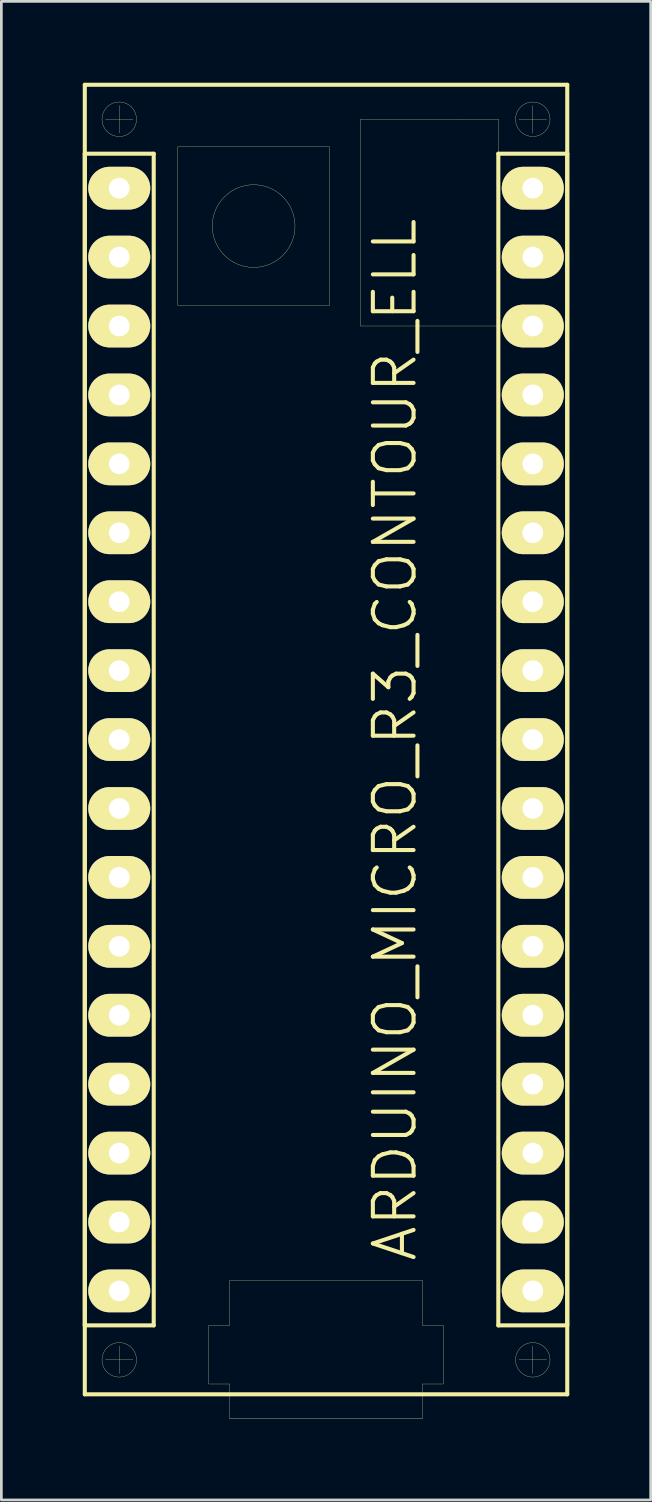
<source format=kicad_pcb>
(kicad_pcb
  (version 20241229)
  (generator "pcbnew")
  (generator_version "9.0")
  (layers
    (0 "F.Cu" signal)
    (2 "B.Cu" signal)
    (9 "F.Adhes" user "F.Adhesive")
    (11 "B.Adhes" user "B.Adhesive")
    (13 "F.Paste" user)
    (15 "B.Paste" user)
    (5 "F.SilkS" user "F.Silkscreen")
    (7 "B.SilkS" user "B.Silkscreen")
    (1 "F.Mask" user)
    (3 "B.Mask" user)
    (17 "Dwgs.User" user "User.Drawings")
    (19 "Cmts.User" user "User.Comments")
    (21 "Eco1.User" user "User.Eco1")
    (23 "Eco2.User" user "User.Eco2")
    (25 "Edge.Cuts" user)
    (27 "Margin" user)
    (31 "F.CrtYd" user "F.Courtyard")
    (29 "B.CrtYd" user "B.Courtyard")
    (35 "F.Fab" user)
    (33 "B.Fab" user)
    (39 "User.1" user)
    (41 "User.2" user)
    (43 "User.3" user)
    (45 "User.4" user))
  (footprint "ARDUINO_MICRO_R3_CONTOUR_ELL"
    (layer "F.Cu")
    (at 8.965 24.205)
    (property "Reference" "ARDUINO_MICRO_R3_CONTOUR_ELL" (at 2.54 0 90) (layer "F.SilkS") (effects (font (size 1.5 1.5) (thickness 0.15))))
    (attr through_hole)
    (fp_line (start -8.89 -24.13) (end 8.89 -24.13) (stroke (width 0.15) (type solid)) (layer "F.SilkS"))
    (fp_line (start -8.89 -21.59) (end -6.35 -21.59) (stroke (width 0.15) (type solid)) (layer "F.SilkS"))
    (fp_line (start -8.89 21.59) (end -8.89 -21.59) (stroke (width 0.15) (type solid)) (layer "F.SilkS"))
    (fp_line (start -8.89 24.13) (end -8.89 -24.13) (stroke (width 0.15) (type solid)) (layer "F.SilkS"))
    (fp_line (start -8.128 -22.86) (end -7.112 -22.86) (stroke (width 0.01) (type solid)) (layer "F.SilkS"))
    (fp_line (start -8.128 22.86) (end -7.112 22.86) (stroke (width 0.01) (type solid)) (layer "F.SilkS"))
    (fp_line (start -7.62 -23.368) (end -7.62 -22.352) (stroke (width 0.01) (type solid)) (layer "F.SilkS"))
    (fp_line (start -7.62 22.352) (end -7.62 23.368) (stroke (width 0.01) (type solid)) (layer "F.SilkS"))
    (fp_line (start -6.35 -21.59) (end -6.35 21.59) (stroke (width 0.15) (type solid)) (layer "F.SilkS"))
    (fp_line (start -6.35 21.59) (end -8.89 21.59) (stroke (width 0.15) (type solid)) (layer "F.SilkS"))
    (fp_line (start -5.461 -21.844) (end 0.127 -21.844) (stroke (width 0.01) (type solid)) (layer "F.SilkS"))
    (fp_line (start -5.461 -16.002) (end -5.461 -21.844) (stroke (width 0.01) (type solid)) (layer "F.SilkS"))
    (fp_line (start -4.318 21.59) (end -4.318 23.749) (stroke (width 0.01) (type solid)) (layer "F.SilkS"))
    (fp_line (start -4.318 23.749) (end -3.556 23.749) (stroke (width 0.01) (type solid)) (layer "F.SilkS"))
    (fp_line (start -3.556 19.939) (end -3.556 21.59) (stroke (width 0.01) (type solid)) (layer "F.SilkS"))
    (fp_line (start -3.556 21.59) (end -4.318 21.59) (stroke (width 0.01) (type solid)) (layer "F.SilkS"))
    (fp_line (start -3.556 23.749) (end -3.556 25.019) (stroke (width 0.01) (type solid)) (layer "F.SilkS"))
    (fp_line (start -3.556 25.019) (end 3.556 25.019) (stroke (width 0.01) (type solid)) (layer "F.SilkS"))
    (fp_line (start 0.127 -21.844) (end 0.127 -16.002) (stroke (width 0.01) (type solid)) (layer "F.SilkS"))
    (fp_line (start 0.127 -16.002) (end -5.461 -16.002) (stroke (width 0.01) (type solid)) (layer "F.SilkS"))
    (fp_line (start 1.27 -22.86) (end 5.08 -22.86) (stroke (width 0.01) (type solid)) (layer "F.SilkS"))
    (fp_line (start 1.27 -15.24) (end 1.27 -22.86) (stroke (width 0.01) (type solid)) (layer "F.SilkS"))
    (fp_line (start 3.556 19.939) (end -3.556 19.939) (stroke (width 0.01) (type solid)) (layer "F.SilkS"))
    (fp_line (start 3.556 21.59) (end 3.556 19.939) (stroke (width 0.01) (type solid)) (layer "F.SilkS"))
    (fp_line (start 3.556 23.749) (end 4.318 23.749) (stroke (width 0.01) (type solid)) (layer "F.SilkS"))
    (fp_line (start 3.556 25.019) (end 3.556 23.749) (stroke (width 0.01) (type solid)) (layer "F.SilkS"))
    (fp_line (start 4.318 21.59) (end 3.556 21.59) (stroke (width 0.01) (type solid)) (layer "F.SilkS"))
    (fp_line (start 4.318 23.749) (end 4.318 21.59) (stroke (width 0.01) (type solid)) (layer "F.SilkS"))
    (fp_line (start 5.08 -22.86) (end 6.35 -22.86) (stroke (width 0.01) (type solid)) (layer "F.SilkS"))
    (fp_line (start 6.35 -22.86) (end 6.35 -15.24) (stroke (width 0.01) (type solid)) (layer "F.SilkS"))
    (fp_line (start 6.35 -21.59) (end 8.89 -21.59) (stroke (width 0.15) (type solid)) (layer "F.SilkS"))
    (fp_line (start 6.35 -15.24) (end 1.27 -15.24) (stroke (width 0.01) (type solid)) (layer "F.SilkS"))
    (fp_line (start 6.35 21.59) (end 6.35 -21.59) (stroke (width 0.15) (type solid)) (layer "F.SilkS"))
    (fp_line (start 7.112 -22.86) (end 8.128 -22.86) (stroke (width 0.01) (type solid)) (layer "F.SilkS"))
    (fp_line (start 7.112 22.86) (end 8.128 22.86) (stroke (width 0.01) (type solid)) (layer "F.SilkS"))
    (fp_line (start 7.62 -23.368) (end 7.62 -22.352) (stroke (width 0.01) (type solid)) (layer "F.SilkS"))
    (fp_line (start 7.62 22.352) (end 7.62 23.368) (stroke (width 0.01) (type solid)) (layer "F.SilkS"))
    (fp_line (start 8.89 -24.13) (end 8.89 24.13) (stroke (width 0.15) (type solid)) (layer "F.SilkS"))
    (fp_line (start 8.89 -21.59) (end 8.89 21.59) (stroke (width 0.15) (type solid)) (layer "F.SilkS"))
    (fp_line (start 8.89 21.59) (end 6.35 21.59) (stroke (width 0.15) (type solid)) (layer "F.SilkS"))
    (fp_line (start 8.89 24.13) (end -8.89 24.13) (stroke (width 0.15) (type solid)) (layer "F.SilkS"))
    (fp_circle (center -7.62 -22.86) (end -8.255 -22.86) (stroke (width 0.01) (type solid)) (fill no) (layer "F.SilkS"))
    (fp_circle (center -7.62 22.86) (end -8.255 22.86) (stroke (width 0.01) (type solid)) (fill no) (layer "F.SilkS"))
    (fp_circle (center -2.667 -18.923) (end -4.191 -18.923) (stroke (width 0.01) (type solid)) (fill no) (layer "F.SilkS"))
    (fp_circle (center 7.62 -22.86) (end 6.985 -22.86) (stroke (width 0.01) (type solid)) (fill no) (layer "F.SilkS"))
    (fp_circle (center 7.62 22.86) (end 6.985 22.86) (stroke (width 0.01) (type solid)) (fill no) (layer "F.SilkS"))
    (pad "0" thru_hole oval (at -7.62 -12.7) (size 2.286 1.575) (drill 0.762) (layers "*.Cu" "*.Mask" "F.SilkS"))
    (pad "1" thru_hole oval (at -7.62 -15.24) (size 2.286 1.575) (drill 0.762) (layers "*.Cu" "*.Mask" "F.SilkS"))
    (pad "2" thru_hole oval (at -7.62 -5.08) (size 2.286 1.575) (drill 0.762) (layers "*.Cu" "*.Mask" "F.SilkS"))
    (pad "3" thru_hole oval (at -7.62 -2.54) (size 2.286 1.575) (drill 0.762) (layers "*.Cu" "*.Mask" "F.SilkS"))
    (pad "3V3" thru_hole oval (at 7.62 17.78) (size 2.286 1.575) (drill 0.762) (layers "*.Cu" "*.Mask" "F.SilkS"))
    (pad "4" thru_hole oval (at -7.62 0) (size 2.286 1.575) (drill 0.762) (layers "*.Cu" "*.Mask" "F.SilkS"))
    (pad "5" thru_hole oval (at -7.62 2.54) (size 2.286 1.575) (drill 0.762) (layers "*.Cu" "*.Mask" "F.SilkS"))
    (pad "5V" thru_hole oval (at 7.62 -7.62) (size 2.286 1.575) (drill 0.762) (layers "*.Cu" "*.Mask" "F.SilkS"))
    (pad "6" thru_hole oval (at -7.62 5.08) (size 2.286 1.575) (drill 0.762) (layers "*.Cu" "*.Mask" "F.SilkS"))
    (pad "7" thru_hole oval (at -7.62 7.62) (size 2.286 1.575) (drill 0.762) (layers "*.Cu" "*.Mask" "F.SilkS"))
    (pad "8" thru_hole oval (at -7.62 10.16) (size 2.286 1.575) (drill 0.762) (layers "*.Cu" "*.Mask" "F.SilkS"))
    (pad "9" thru_hole oval (at -7.62 12.7) (size 2.286 1.575) (drill 0.762) (layers "*.Cu" "*.Mask" "F.SilkS"))
    (pad "10" thru_hole oval (at -7.62 15.24) (size 2.286 1.575) (drill 0.762) (layers "*.Cu" "*.Mask" "F.SilkS"))
    (pad "11" thru_hole oval (at -7.62 17.78) (size 2.286 1.575) (drill 0.762) (layers "*.Cu" "*.Mask" "F.SilkS"))
    (pad "12" thru_hole oval (at -7.62 20.32) (size 2.286 1.575) (drill 0.762) (layers "*.Cu" "*.Mask" "F.SilkS"))
    (pad "13" thru_hole oval (at 7.62 20.32) (size 2.286 1.575) (drill 0.762) (layers "*.Cu" "*.Mask" "F.SilkS"))
    (pad "A0" thru_hole oval (at 7.62 12.7) (size 2.286 1.575) (drill 0.762) (layers "*.Cu" "*.Mask" "F.SilkS"))
    (pad "A1" thru_hole oval (at 7.62 10.16) (size 2.286 1.575) (drill 0.762) (layers "*.Cu" "*.Mask" "F.SilkS"))
    (pad "A2" thru_hole oval (at 7.62 7.62) (size 2.286 1.575) (drill 0.762) (layers "*.Cu" "*.Mask" "F.SilkS"))
    (pad "A3" thru_hole oval (at 7.62 5.08) (size 2.286 1.575) (drill 0.762) (layers "*.Cu" "*.Mask" "F.SilkS"))
    (pad "A4" thru_hole oval (at 7.62 2.54) (size 2.286 1.575) (drill 0.762) (layers "*.Cu" "*.Mask" "F.SilkS"))
    (pad "A5" thru_hole oval (at 7.62 0) (size 2.286 1.575) (drill 0.762) (layers "*.Cu" "*.Mask" "F.SilkS"))
    (pad "AREF" thru_hole oval (at 7.62 15.24) (size 2.286 1.575) (drill 0.762) (layers "*.Cu" "*.Mask" "F.SilkS"))
    (pad "GND1" thru_hole oval (at -7.62 -7.62) (size 2.286 1.575) (drill 0.762) (layers "*.Cu" "*.Mask" "F.SilkS"))
    (pad "GND2" thru_hole oval (at 7.62 -12.7) (size 2.286 1.575) (drill 0.762) (layers "*.Cu" "*.Mask" "F.SilkS"))
    (pad "MISO" thru_hole oval (at 7.62 -17.78) (size 2.286 1.575) (drill 0.762) (layers "*.Cu" "*.Mask" "F.SilkS"))
    (pad "MOSI" thru_hole oval (at -7.62 -20.32) (size 2.286 1.575) (drill 0.762) (layers "*.Cu" "*.Mask" "F.SilkS"))
    (pad "NC" thru_hole oval (at 7.62 -5.08) (size 2.286 1.575) (drill 0.762) (layers "*.Cu" "*.Mask" "F.SilkS"))
    (pad "NC" thru_hole oval (at 7.62 -2.54) (size 2.286 1.575) (drill 0.762) (layers "*.Cu" "*.Mask" "F.SilkS"))
    (pad "RST1" thru_hole oval (at -7.62 -10.16) (size 2.286 1.575) (drill 0.762) (layers "*.Cu" "*.Mask" "F.SilkS"))
    (pad "RST2" thru_hole oval (at 7.62 -10.16) (size 2.286 1.575) (drill 0.762) (layers "*.Cu" "*.Mask" "F.SilkS"))
    (pad "SCK" thru_hole oval (at 7.62 -20.32) (size 2.286 1.575) (drill 0.762) (layers "*.Cu" "*.Mask" "F.SilkS"))
    (pad "SS" thru_hole oval (at -7.62 -17.78) (size 2.286 1.575) (drill 0.762) (layers "*.Cu" "*.Mask" "F.SilkS"))
    (pad "VIN" thru_hole oval (at 7.62 -15.24) (size 2.286 1.575) (drill 0.762) (layers "*.Cu" "*.Mask" "F.SilkS")))
  (gr_rect
    (start -3 -3)
    (end 20.93 52.229)
    (stroke (width 0.1) (type default))
    (fill no)
    (layer "Edge.Cuts")))
</source>
